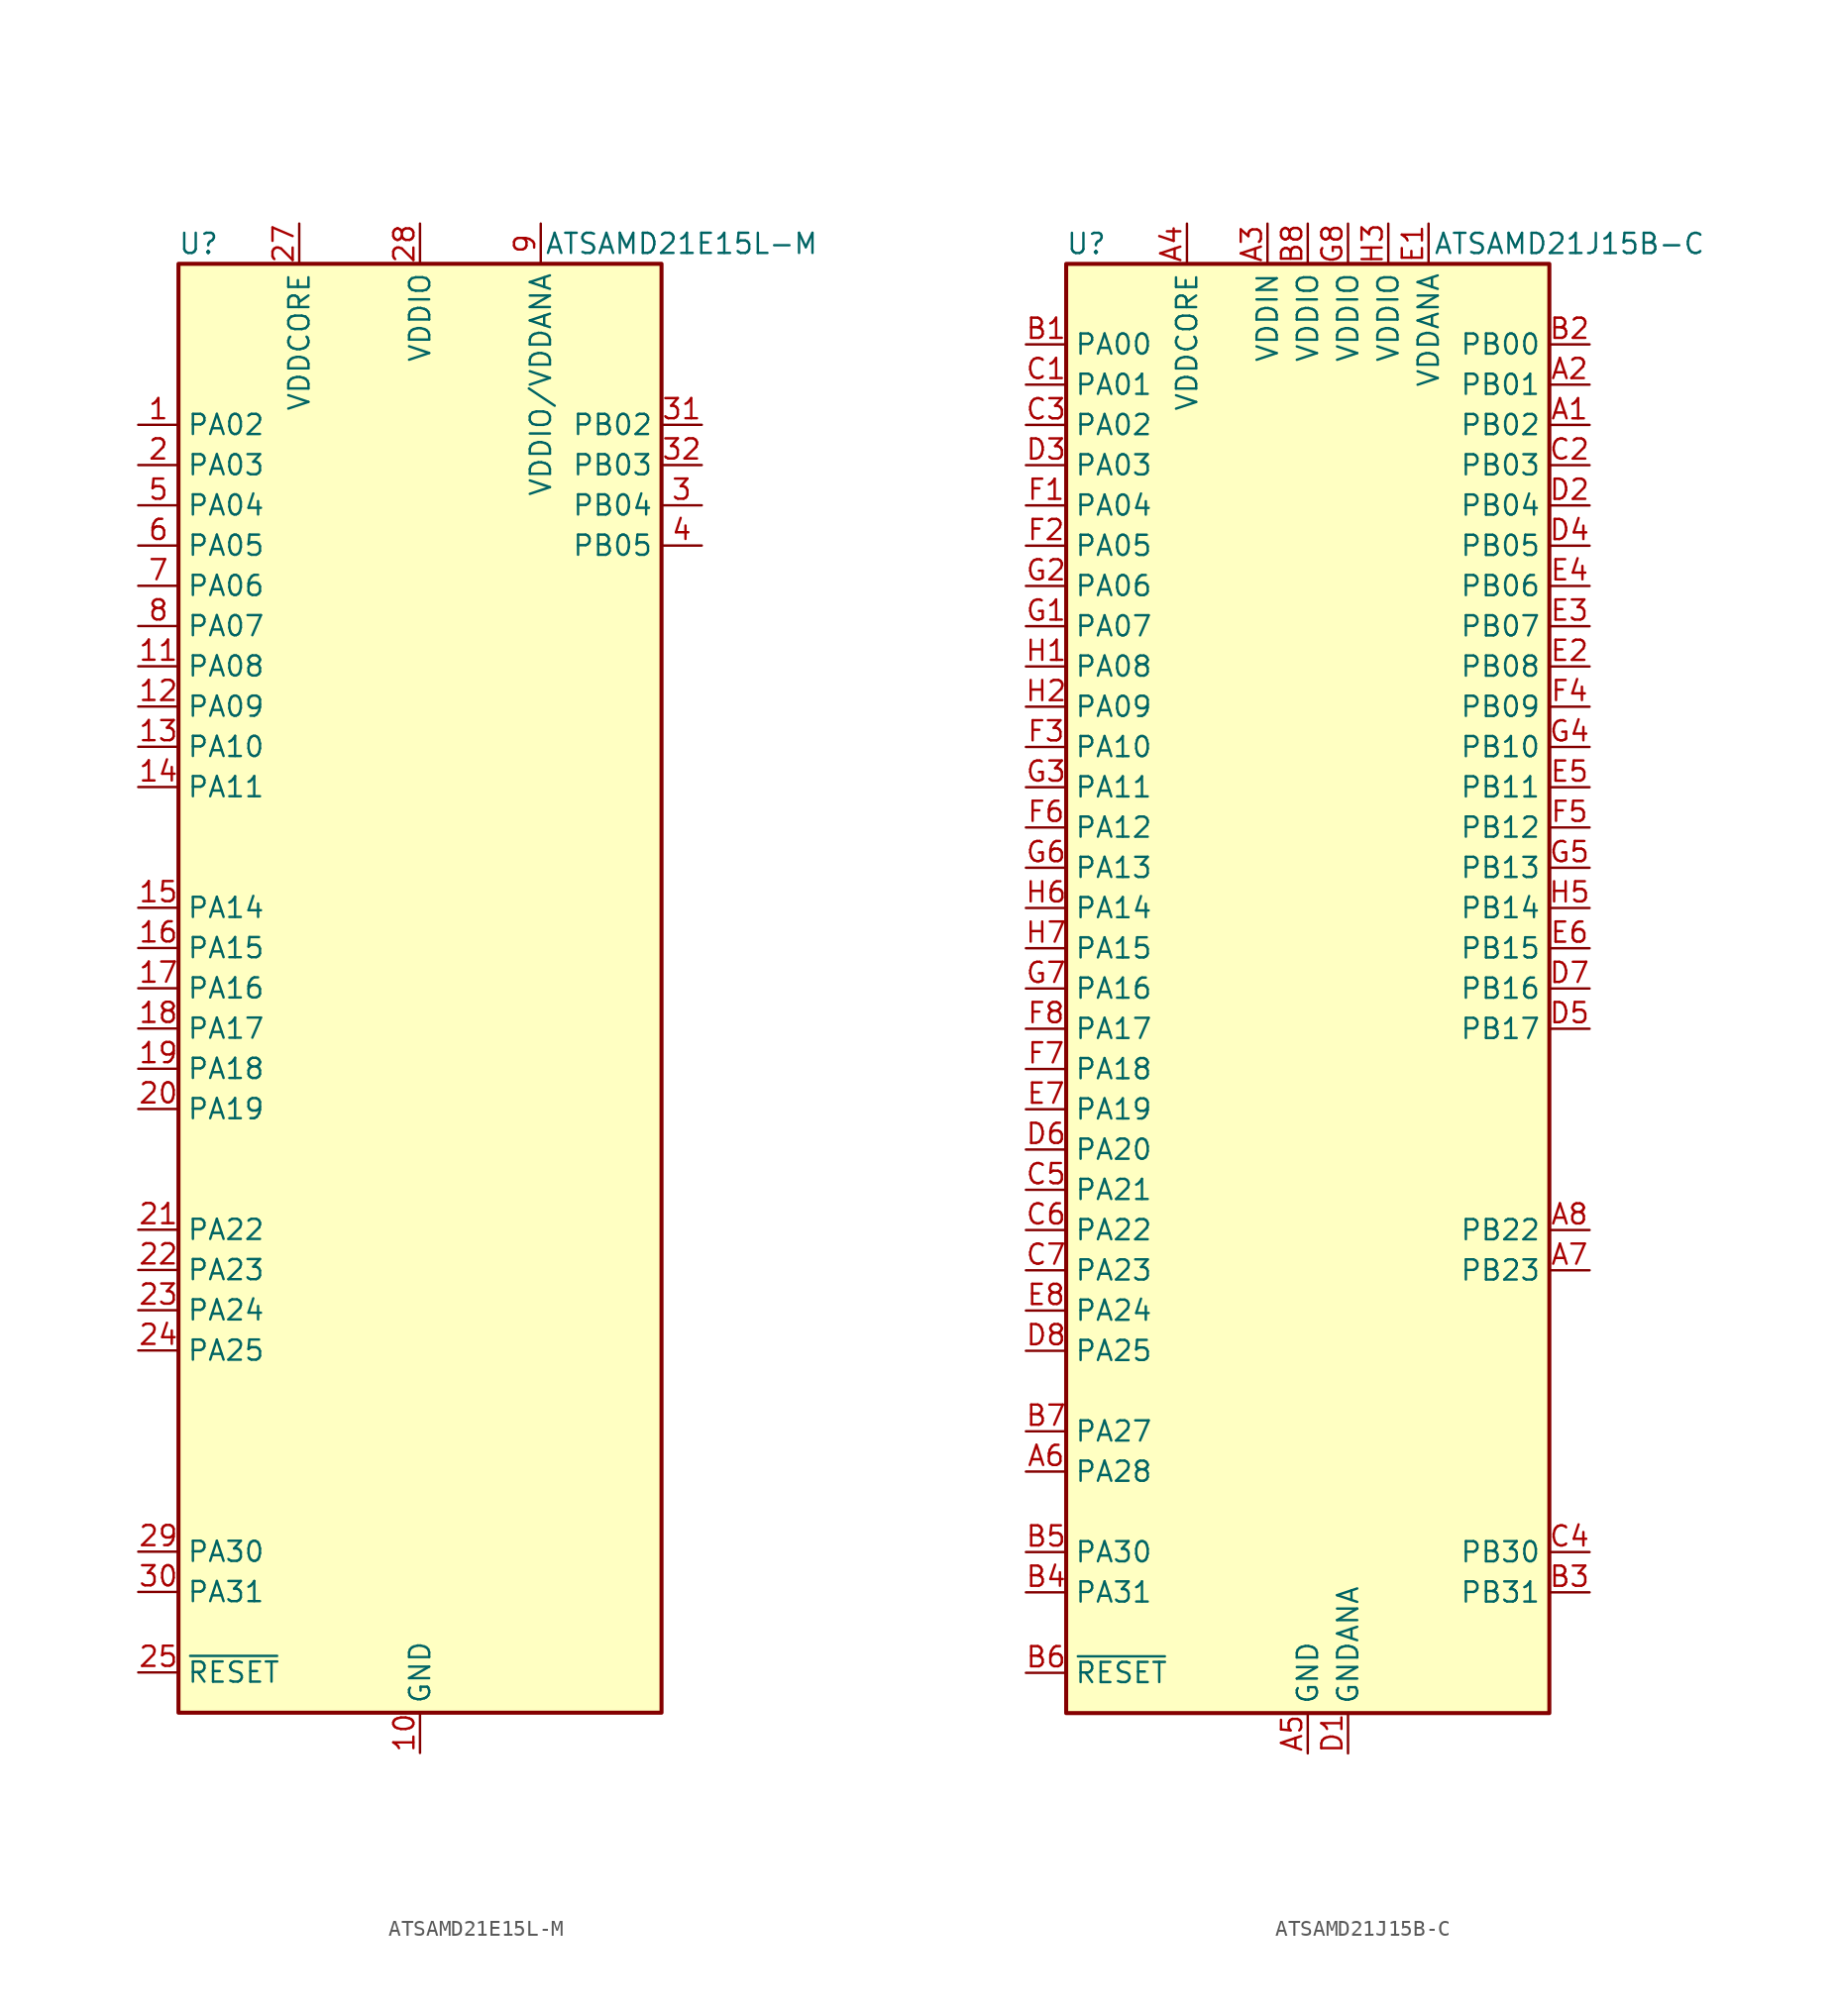
<source format=kicad_sym>
(kicad_symbol_lib
  (version 20211014)
  (generator kicad_symbol_editor)
  (symbol "ATSAMD21E15L-M"
    (property "Reference" "U"
      (at -13.97 46.99 0)
      (effects (font (size 1.27 1.27))))
    (property "Value" "ATSAMD21E15L-M"
      (at 16.51 46.99 0)
      (effects (font (size 1.27 1.27))))
    (symbol "ATSAMD21E15L-M_1_1"
      (rectangle (start -15.24 45.72) (end 15.24 -45.72) (stroke (width 0.254) (type default) (color 0 0 0 0)) (fill (type background)))
      (pin bidirectional line (at -17.78 35.56 0) (length 2.54) (name "PA02" (effects (font (size 1.27 1.27)))) (number "1" (effects (font (size 1.27 1.27)))))
      (pin power_in line (at 0 -48.26 90) (length 2.54) (name "GND" (effects (font (size 1.27 1.27)))) (number "10" (effects (font (size 1.27 1.27)))))
      (pin bidirectional line (at -17.78 20.32 0) (length 2.54) (name "PA08" (effects (font (size 1.27 1.27)))) (number "11" (effects (font (size 1.27 1.27)))))
      (pin bidirectional line (at -17.78 17.78 0) (length 2.54) (name "PA09" (effects (font (size 1.27 1.27)))) (number "12" (effects (font (size 1.27 1.27)))))
      (pin bidirectional line (at -17.78 15.24 0) (length 2.54) (name "PA10" (effects (font (size 1.27 1.27)))) (number "13" (effects (font (size 1.27 1.27)))))
      (pin bidirectional line (at -17.78 12.7 0) (length 2.54) (name "PA11" (effects (font (size 1.27 1.27)))) (number "14" (effects (font (size 1.27 1.27)))))
      (pin bidirectional line (at -17.78 5.08 0) (length 2.54) (name "PA14" (effects (font (size 1.27 1.27)))) (number "15" (effects (font (size 1.27 1.27)))))
      (pin bidirectional line (at -17.78 2.54 0) (length 2.54) (name "PA15" (effects (font (size 1.27 1.27)))) (number "16" (effects (font (size 1.27 1.27)))))
      (pin bidirectional line (at -17.78 0 0) (length 2.54) (name "PA16" (effects (font (size 1.27 1.27)))) (number "17" (effects (font (size 1.27 1.27)))))
      (pin bidirectional line (at -17.78 -2.54 0) (length 2.54) (name "PA17" (effects (font (size 1.27 1.27)))) (number "18" (effects (font (size 1.27 1.27)))))
      (pin bidirectional line (at -17.78 -5.08 0) (length 2.54) (name "PA18" (effects (font (size 1.27 1.27)))) (number "19" (effects (font (size 1.27 1.27)))))
      (pin bidirectional line (at -17.78 33.02 0) (length 2.54) (name "PA03" (effects (font (size 1.27 1.27)))) (number "2" (effects (font (size 1.27 1.27)))))
      (pin bidirectional line (at -17.78 -7.62 0) (length 2.54) (name "PA19" (effects (font (size 1.27 1.27)))) (number "20" (effects (font (size 1.27 1.27)))))
      (pin bidirectional line (at -17.78 -15.24 0) (length 2.54) (name "PA22" (effects (font (size 1.27 1.27)))) (number "21" (effects (font (size 1.27 1.27)))))
      (pin bidirectional line (at -17.78 -17.78 0) (length 2.54) (name "PA23" (effects (font (size 1.27 1.27)))) (number "22" (effects (font (size 1.27 1.27)))))
      (pin bidirectional line (at -17.78 -20.32 0) (length 2.54) (name "PA24" (effects (font (size 1.27 1.27)))) (number "23" (effects (font (size 1.27 1.27)))))
      (pin bidirectional line (at -17.78 -22.86 0) (length 2.54) (name "PA25" (effects (font (size 1.27 1.27)))) (number "24" (effects (font (size 1.27 1.27)))))
      (pin input line (at -17.78 -43.18 0) (length 2.54) (name "~{RESET}" (effects (font (size 1.27 1.27)))) (number "25" (effects (font (size 1.27 1.27)))))
      (pin passive line (at 0 -48.26 90) (length 2.54) hide (name "GND" (effects (font (size 1.27 1.27)))) (number "26" (effects (font (size 1.27 1.27)))))
      (pin power_out line (at -7.62 48.26 270) (length 2.54) (name "VDDCORE" (effects (font (size 1.27 1.27)))) (number "27" (effects (font (size 1.27 1.27)))))
      (pin power_in line (at 0 48.26 270) (length 2.54) (name "VDDIO" (effects (font (size 1.27 1.27)))) (number "28" (effects (font (size 1.27 1.27)))))
      (pin bidirectional line (at -17.78 -35.56 0) (length 2.54) (name "PA30" (effects (font (size 1.27 1.27)))) (number "29" (effects (font (size 1.27 1.27)))))
      (pin bidirectional line (at 17.78 30.48 180) (length 2.54) (name "PB04" (effects (font (size 1.27 1.27)))) (number "3" (effects (font (size 1.27 1.27)))))
      (pin bidirectional line (at -17.78 -38.1 0) (length 2.54) (name "PA31" (effects (font (size 1.27 1.27)))) (number "30" (effects (font (size 1.27 1.27)))))
      (pin bidirectional line (at 17.78 35.56 180) (length 2.54) (name "PB02" (effects (font (size 1.27 1.27)))) (number "31" (effects (font (size 1.27 1.27)))))
      (pin bidirectional line (at 17.78 33.02 180) (length 2.54) (name "PB03" (effects (font (size 1.27 1.27)))) (number "32" (effects (font (size 1.27 1.27)))))
      (pin no_connect line (at 15.24 -43.18 180) (length 2.54) hide (name "EP" (effects (font (size 1.27 1.27)))) (number "33" (effects (font (size 1.27 1.27)))))
      (pin bidirectional line (at 17.78 27.94 180) (length 2.54) (name "PB05" (effects (font (size 1.27 1.27)))) (number "4" (effects (font (size 1.27 1.27)))))
      (pin bidirectional line (at -17.78 30.48 0) (length 2.54) (name "PA04" (effects (font (size 1.27 1.27)))) (number "5" (effects (font (size 1.27 1.27)))))
      (pin bidirectional line (at -17.78 27.94 0) (length 2.54) (name "PA05" (effects (font (size 1.27 1.27)))) (number "6" (effects (font (size 1.27 1.27)))))
      (pin bidirectional line (at -17.78 25.4 0) (length 2.54) (name "PA06" (effects (font (size 1.27 1.27)))) (number "7" (effects (font (size 1.27 1.27)))))
      (pin bidirectional line (at -17.78 22.86 0) (length 2.54) (name "PA07" (effects (font (size 1.27 1.27)))) (number "8" (effects (font (size 1.27 1.27)))))
      (pin power_in line (at 7.62 48.26 270) (length 2.54) (name "VDDIO/VDDANA" (effects (font (size 1.27 1.27)))) (number "9" (effects (font (size 1.27 1.27)))))))
  (symbol "ATSAMD21J15B-C"
    (property "Reference" "U"
      (at -13.97 46.99 0)
      (effects (font (size 1.27 1.27))))
    (property "Value" "ATSAMD21J15B-C"
      (at 16.51 46.99 0)
      (effects (font (size 1.27 1.27))))
    (symbol "ATSAMD21J15B-C_0_1"
      (rectangle (start -15.24 45.72) (end 15.24 -45.72) (stroke (width 0.254) (type default) (color 0 0 0 0)) (fill (type background))))
    (symbol "ATSAMD21J15B-C_1_1"
      (pin bidirectional line (at 17.78 35.56 180) (length 2.54) (name "PB02" (effects (font (size 1.27 1.27)))) (number "A1" (effects (font (size 1.27 1.27)))))
      (pin bidirectional line (at 17.78 38.1 180) (length 2.54) (name "PB01" (effects (font (size 1.27 1.27)))) (number "A2" (effects (font (size 1.27 1.27)))))
      (pin power_in line (at -2.54 48.26 270) (length 2.54) (name "VDDIN" (effects (font (size 1.27 1.27)))) (number "A3" (effects (font (size 1.27 1.27)))))
      (pin power_out line (at -7.62 48.26 270) (length 2.54) (name "VDDCORE" (effects (font (size 1.27 1.27)))) (number "A4" (effects (font (size 1.27 1.27)))))
      (pin power_in line (at 0 -48.26 90) (length 2.54) (name "GND" (effects (font (size 1.27 1.27)))) (number "A5" (effects (font (size 1.27 1.27)))))
      (pin bidirectional line (at -17.78 -30.48 0) (length 2.54) (name "PA28" (effects (font (size 1.27 1.27)))) (number "A6" (effects (font (size 1.27 1.27)))))
      (pin bidirectional line (at 17.78 -17.78 180) (length 2.54) (name "PB23" (effects (font (size 1.27 1.27)))) (number "A7" (effects (font (size 1.27 1.27)))))
      (pin bidirectional line (at 17.78 -15.24 180) (length 2.54) (name "PB22" (effects (font (size 1.27 1.27)))) (number "A8" (effects (font (size 1.27 1.27)))))
      (pin bidirectional line (at -17.78 40.64 0) (length 2.54) (name "PA00" (effects (font (size 1.27 1.27)))) (number "B1" (effects (font (size 1.27 1.27)))))
      (pin bidirectional line (at 17.78 40.64 180) (length 2.54) (name "PB00" (effects (font (size 1.27 1.27)))) (number "B2" (effects (font (size 1.27 1.27)))))
      (pin bidirectional line (at 17.78 -38.1 180) (length 2.54) (name "PB31" (effects (font (size 1.27 1.27)))) (number "B3" (effects (font (size 1.27 1.27)))))
      (pin bidirectional line (at -17.78 -38.1 0) (length 2.54) (name "PA31" (effects (font (size 1.27 1.27)))) (number "B4" (effects (font (size 1.27 1.27)))))
      (pin bidirectional line (at -17.78 -35.56 0) (length 2.54) (name "PA30" (effects (font (size 1.27 1.27)))) (number "B5" (effects (font (size 1.27 1.27)))))
      (pin input line (at -17.78 -43.18 0) (length 2.54) (name "~{RESET}" (effects (font (size 1.27 1.27)))) (number "B6" (effects (font (size 1.27 1.27)))))
      (pin bidirectional line (at -17.78 -27.94 0) (length 2.54) (name "PA27" (effects (font (size 1.27 1.27)))) (number "B7" (effects (font (size 1.27 1.27)))))
      (pin power_in line (at 0 48.26 270) (length 2.54) (name "VDDIO" (effects (font (size 1.27 1.27)))) (number "B8" (effects (font (size 1.27 1.27)))))
      (pin bidirectional line (at -17.78 38.1 0) (length 2.54) (name "PA01" (effects (font (size 1.27 1.27)))) (number "C1" (effects (font (size 1.27 1.27)))))
      (pin bidirectional line (at 17.78 33.02 180) (length 2.54) (name "PB03" (effects (font (size 1.27 1.27)))) (number "C2" (effects (font (size 1.27 1.27)))))
      (pin bidirectional line (at -17.78 35.56 0) (length 2.54) (name "PA02" (effects (font (size 1.27 1.27)))) (number "C3" (effects (font (size 1.27 1.27)))))
      (pin bidirectional line (at 17.78 -35.56 180) (length 2.54) (name "PB30" (effects (font (size 1.27 1.27)))) (number "C4" (effects (font (size 1.27 1.27)))))
      (pin bidirectional line (at -17.78 -12.7 0) (length 2.54) (name "PA21" (effects (font (size 1.27 1.27)))) (number "C5" (effects (font (size 1.27 1.27)))))
      (pin bidirectional line (at -17.78 -15.24 0) (length 2.54) (name "PA22" (effects (font (size 1.27 1.27)))) (number "C6" (effects (font (size 1.27 1.27)))))
      (pin bidirectional line (at -17.78 -17.78 0) (length 2.54) (name "PA23" (effects (font (size 1.27 1.27)))) (number "C7" (effects (font (size 1.27 1.27)))))
      (pin passive line (at 0 -48.26 90) (length 2.54) hide (name "GND" (effects (font (size 1.27 1.27)))) (number "C8" (effects (font (size 1.27 1.27)))))
      (pin power_in line (at 2.54 -48.26 90) (length 2.54) (name "GNDANA" (effects (font (size 1.27 1.27)))) (number "D1" (effects (font (size 1.27 1.27)))))
      (pin bidirectional line (at 17.78 30.48 180) (length 2.54) (name "PB04" (effects (font (size 1.27 1.27)))) (number "D2" (effects (font (size 1.27 1.27)))))
      (pin bidirectional line (at -17.78 33.02 0) (length 2.54) (name "PA03" (effects (font (size 1.27 1.27)))) (number "D3" (effects (font (size 1.27 1.27)))))
      (pin bidirectional line (at 17.78 27.94 180) (length 2.54) (name "PB05" (effects (font (size 1.27 1.27)))) (number "D4" (effects (font (size 1.27 1.27)))))
      (pin bidirectional line (at 17.78 -2.54 180) (length 2.54) (name "PB17" (effects (font (size 1.27 1.27)))) (number "D5" (effects (font (size 1.27 1.27)))))
      (pin bidirectional line (at -17.78 -10.16 0) (length 2.54) (name "PA20" (effects (font (size 1.27 1.27)))) (number "D6" (effects (font (size 1.27 1.27)))))
      (pin bidirectional line (at 17.78 0 180) (length 2.54) (name "PB16" (effects (font (size 1.27 1.27)))) (number "D7" (effects (font (size 1.27 1.27)))))
      (pin bidirectional line (at -17.78 -22.86 0) (length 2.54) (name "PA25" (effects (font (size 1.27 1.27)))) (number "D8" (effects (font (size 1.27 1.27)))))
      (pin power_in line (at 7.62 48.26 270) (length 2.54) (name "VDDANA" (effects (font (size 1.27 1.27)))) (number "E1" (effects (font (size 1.27 1.27)))))
      (pin bidirectional line (at 17.78 20.32 180) (length 2.54) (name "PB08" (effects (font (size 1.27 1.27)))) (number "E2" (effects (font (size 1.27 1.27)))))
      (pin bidirectional line (at 17.78 22.86 180) (length 2.54) (name "PB07" (effects (font (size 1.27 1.27)))) (number "E3" (effects (font (size 1.27 1.27)))))
      (pin bidirectional line (at 17.78 25.4 180) (length 2.54) (name "PB06" (effects (font (size 1.27 1.27)))) (number "E4" (effects (font (size 1.27 1.27)))))
      (pin bidirectional line (at 17.78 12.7 180) (length 2.54) (name "PB11" (effects (font (size 1.27 1.27)))) (number "E5" (effects (font (size 1.27 1.27)))))
      (pin bidirectional line (at 17.78 2.54 180) (length 2.54) (name "PB15" (effects (font (size 1.27 1.27)))) (number "E6" (effects (font (size 1.27 1.27)))))
      (pin bidirectional line (at -17.78 -7.62 0) (length 2.54) (name "PA19" (effects (font (size 1.27 1.27)))) (number "E7" (effects (font (size 1.27 1.27)))))
      (pin bidirectional line (at -17.78 -20.32 0) (length 2.54) (name "PA24" (effects (font (size 1.27 1.27)))) (number "E8" (effects (font (size 1.27 1.27)))))
      (pin bidirectional line (at -17.78 30.48 0) (length 2.54) (name "PA04" (effects (font (size 1.27 1.27)))) (number "F1" (effects (font (size 1.27 1.27)))))
      (pin bidirectional line (at -17.78 27.94 0) (length 2.54) (name "PA05" (effects (font (size 1.27 1.27)))) (number "F2" (effects (font (size 1.27 1.27)))))
      (pin bidirectional line (at -17.78 15.24 0) (length 2.54) (name "PA10" (effects (font (size 1.27 1.27)))) (number "F3" (effects (font (size 1.27 1.27)))))
      (pin bidirectional line (at 17.78 17.78 180) (length 2.54) (name "PB09" (effects (font (size 1.27 1.27)))) (number "F4" (effects (font (size 1.27 1.27)))))
      (pin bidirectional line (at 17.78 10.16 180) (length 2.54) (name "PB12" (effects (font (size 1.27 1.27)))) (number "F5" (effects (font (size 1.27 1.27)))))
      (pin bidirectional line (at -17.78 10.16 0) (length 2.54) (name "PA12" (effects (font (size 1.27 1.27)))) (number "F6" (effects (font (size 1.27 1.27)))))
      (pin bidirectional line (at -17.78 -5.08 0) (length 2.54) (name "PA18" (effects (font (size 1.27 1.27)))) (number "F7" (effects (font (size 1.27 1.27)))))
      (pin bidirectional line (at -17.78 -2.54 0) (length 2.54) (name "PA17" (effects (font (size 1.27 1.27)))) (number "F8" (effects (font (size 1.27 1.27)))))
      (pin bidirectional line (at -17.78 22.86 0) (length 2.54) (name "PA07" (effects (font (size 1.27 1.27)))) (number "G1" (effects (font (size 1.27 1.27)))))
      (pin bidirectional line (at -17.78 25.4 0) (length 2.54) (name "PA06" (effects (font (size 1.27 1.27)))) (number "G2" (effects (font (size 1.27 1.27)))))
      (pin bidirectional line (at -17.78 12.7 0) (length 2.54) (name "PA11" (effects (font (size 1.27 1.27)))) (number "G3" (effects (font (size 1.27 1.27)))))
      (pin bidirectional line (at 17.78 15.24 180) (length 2.54) (name "PB10" (effects (font (size 1.27 1.27)))) (number "G4" (effects (font (size 1.27 1.27)))))
      (pin bidirectional line (at 17.78 7.62 180) (length 2.54) (name "PB13" (effects (font (size 1.27 1.27)))) (number "G5" (effects (font (size 1.27 1.27)))))
      (pin bidirectional line (at -17.78 7.62 0) (length 2.54) (name "PA13" (effects (font (size 1.27 1.27)))) (number "G6" (effects (font (size 1.27 1.27)))))
      (pin bidirectional line (at -17.78 0 0) (length 2.54) (name "PA16" (effects (font (size 1.27 1.27)))) (number "G7" (effects (font (size 1.27 1.27)))))
      (pin power_in line (at 2.54 48.26 270) (length 2.54) (name "VDDIO" (effects (font (size 1.27 1.27)))) (number "G8" (effects (font (size 1.27 1.27)))))
      (pin bidirectional line (at -17.78 20.32 0) (length 2.54) (name "PA08" (effects (font (size 1.27 1.27)))) (number "H1" (effects (font (size 1.27 1.27)))))
      (pin bidirectional line (at -17.78 17.78 0) (length 2.54) (name "PA09" (effects (font (size 1.27 1.27)))) (number "H2" (effects (font (size 1.27 1.27)))))
      (pin power_in line (at 5.08 48.26 270) (length 2.54) (name "VDDIO" (effects (font (size 1.27 1.27)))) (number "H3" (effects (font (size 1.27 1.27)))))
      (pin passive line (at 0 -48.26 90) (length 2.54) hide (name "GND" (effects (font (size 1.27 1.27)))) (number "H4" (effects (font (size 1.27 1.27)))))
      (pin bidirectional line (at 17.78 5.08 180) (length 2.54) (name "PB14" (effects (font (size 1.27 1.27)))) (number "H5" (effects (font (size 1.27 1.27)))))
      (pin bidirectional line (at -17.78 5.08 0) (length 2.54) (name "PA14" (effects (font (size 1.27 1.27)))) (number "H6" (effects (font (size 1.27 1.27)))))
      (pin bidirectional line (at -17.78 2.54 0) (length 2.54) (name "PA15" (effects (font (size 1.27 1.27)))) (number "H7" (effects (font (size 1.27 1.27)))))
      (pin passive line (at 0 -48.26 90) (length 2.54) hide (name "GND" (effects (font (size 1.27 1.27)))) (number "H8" (effects (font (size 1.27 1.27))))))))
</source>
